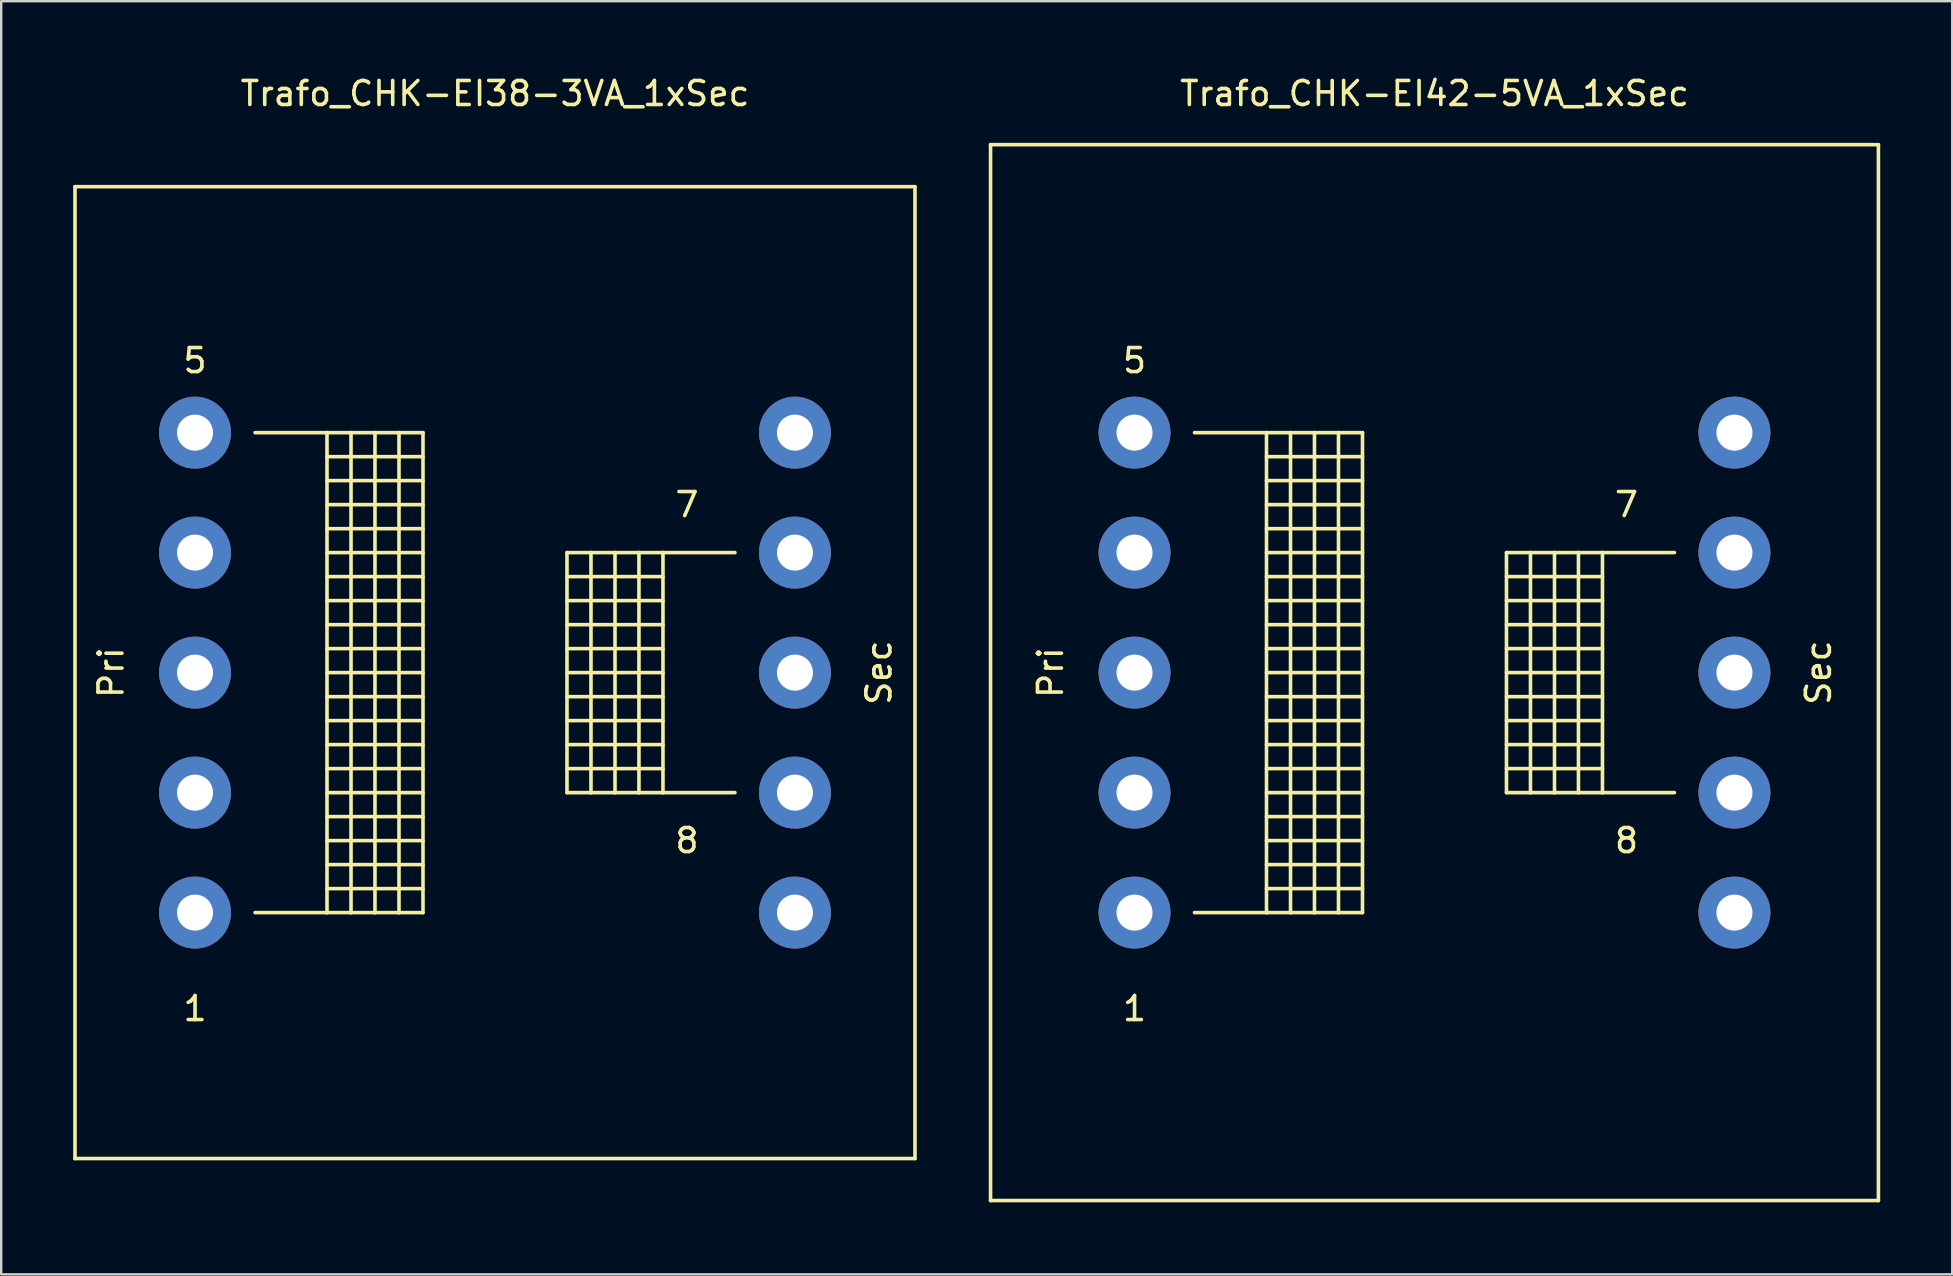
<source format=kicad_pcb>
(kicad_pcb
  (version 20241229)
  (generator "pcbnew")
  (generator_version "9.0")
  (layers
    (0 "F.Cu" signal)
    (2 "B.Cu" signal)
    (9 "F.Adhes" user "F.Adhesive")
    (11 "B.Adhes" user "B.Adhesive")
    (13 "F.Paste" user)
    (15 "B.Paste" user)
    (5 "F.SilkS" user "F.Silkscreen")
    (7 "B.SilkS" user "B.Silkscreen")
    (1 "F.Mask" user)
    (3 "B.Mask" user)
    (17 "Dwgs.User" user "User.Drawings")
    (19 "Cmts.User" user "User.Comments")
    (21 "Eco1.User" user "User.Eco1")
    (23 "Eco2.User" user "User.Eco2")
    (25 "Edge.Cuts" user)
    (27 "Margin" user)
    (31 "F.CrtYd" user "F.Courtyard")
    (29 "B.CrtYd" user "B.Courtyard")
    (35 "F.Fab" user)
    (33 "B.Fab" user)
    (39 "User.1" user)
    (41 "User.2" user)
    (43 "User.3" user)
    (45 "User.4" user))
  (footprint "Trafo_CHK-EI38-3VA_1xSec"
    (layer "F.Cu")
    (at 17.576 24.978)
    (property "Reference" "Trafo_CHK-EI38-3VA_1xSec" (at 0 -24.13 0) (layer "F.SilkS") (effects (font (size 1 1) (thickness 0.15))))
    (attr through_hole)
    (fp_line (start -17.501 -20.249) (end -17.501 20.249) (stroke (width 0.15) (type solid)) (layer "F.SilkS"))
    (fp_line (start -17.501 20.249) (end 17.501 20.249) (stroke (width 0.15) (type solid)) (layer "F.SilkS"))
    (fp_line (start -10 -10) (end -7 -10) (stroke (width 0.15) (type solid)) (layer "F.SilkS"))
    (fp_line (start -7 -10) (end -7 10) (stroke (width 0.15) (type solid)) (layer "F.SilkS"))
    (fp_line (start -7 -10) (end -5.999 -10) (stroke (width 0.15) (type solid)) (layer "F.SilkS"))
    (fp_line (start -7 -8.999) (end -3 -8.999) (stroke (width 0.15) (type solid)) (layer "F.SilkS"))
    (fp_line (start -7 -8.001) (end -3 -8.001) (stroke (width 0.15) (type solid)) (layer "F.SilkS"))
    (fp_line (start -7 -7) (end -3 -7) (stroke (width 0.15) (type solid)) (layer "F.SilkS"))
    (fp_line (start -7 -5.999) (end -3 -5.999) (stroke (width 0.15) (type solid)) (layer "F.SilkS"))
    (fp_line (start -7 -5.001) (end -3 -5.001) (stroke (width 0.15) (type solid)) (layer "F.SilkS"))
    (fp_line (start -7 -4) (end -3 -4) (stroke (width 0.15) (type solid)) (layer "F.SilkS"))
    (fp_line (start -7 -3) (end -3 -3) (stroke (width 0.15) (type solid)) (layer "F.SilkS"))
    (fp_line (start -7 -1.999) (end -3 -1.999) (stroke (width 0.15) (type solid)) (layer "F.SilkS"))
    (fp_line (start -7 -1.001) (end -3 -1.001) (stroke (width 0.15) (type solid)) (layer "F.SilkS"))
    (fp_line (start -7 0) (end -3 0) (stroke (width 0.15) (type solid)) (layer "F.SilkS"))
    (fp_line (start -7 1.001) (end -3 1.001) (stroke (width 0.15) (type solid)) (layer "F.SilkS"))
    (fp_line (start -7 1.999) (end -3 1.999) (stroke (width 0.15) (type solid)) (layer "F.SilkS"))
    (fp_line (start -7 3) (end -3 3) (stroke (width 0.15) (type solid)) (layer "F.SilkS"))
    (fp_line (start -7 4) (end -3 4) (stroke (width 0.15) (type solid)) (layer "F.SilkS"))
    (fp_line (start -7 5.001) (end -3 5.001) (stroke (width 0.15) (type solid)) (layer "F.SilkS"))
    (fp_line (start -7 5.999) (end -3 5.999) (stroke (width 0.15) (type solid)) (layer "F.SilkS"))
    (fp_line (start -7 7) (end -3 7) (stroke (width 0.15) (type solid)) (layer "F.SilkS"))
    (fp_line (start -7 8.001) (end -3 8.001) (stroke (width 0.15) (type solid)) (layer "F.SilkS"))
    (fp_line (start -7 8.999) (end -3 8.999) (stroke (width 0.15) (type solid)) (layer "F.SilkS"))
    (fp_line (start -7 10) (end -10 10) (stroke (width 0.15) (type solid)) (layer "F.SilkS"))
    (fp_line (start -5.999 -10) (end -5.999 10) (stroke (width 0.15) (type solid)) (layer "F.SilkS"))
    (fp_line (start -5.999 -10) (end -5.001 -10) (stroke (width 0.15) (type solid)) (layer "F.SilkS"))
    (fp_line (start -5.999 10) (end -7 10) (stroke (width 0.15) (type solid)) (layer "F.SilkS"))
    (fp_line (start -5.001 -10) (end -5.001 10) (stroke (width 0.15) (type solid)) (layer "F.SilkS"))
    (fp_line (start -5.001 -10) (end -4 -10) (stroke (width 0.15) (type solid)) (layer "F.SilkS"))
    (fp_line (start -5.001 10) (end -5.999 10) (stroke (width 0.15) (type solid)) (layer "F.SilkS"))
    (fp_line (start -4 -10) (end -4 10) (stroke (width 0.15) (type solid)) (layer "F.SilkS"))
    (fp_line (start -4 -10) (end -3 -10) (stroke (width 0.15) (type solid)) (layer "F.SilkS"))
    (fp_line (start -4 10) (end -5.001 10) (stroke (width 0.15) (type solid)) (layer "F.SilkS"))
    (fp_line (start -3 -10) (end -3 10) (stroke (width 0.15) (type solid)) (layer "F.SilkS"))
    (fp_line (start -3 10) (end -4 10) (stroke (width 0.15) (type solid)) (layer "F.SilkS"))
    (fp_line (start 3 -5.001) (end 3 5.001) (stroke (width 0.15) (type solid)) (layer "F.SilkS"))
    (fp_line (start 3 -4) (end 7 -4) (stroke (width 0.15) (type solid)) (layer "F.SilkS"))
    (fp_line (start 3 -1.999) (end 7 -1.999) (stroke (width 0.15) (type solid)) (layer "F.SilkS"))
    (fp_line (start 3 0) (end 7 0) (stroke (width 0.15) (type solid)) (layer "F.SilkS"))
    (fp_line (start 3 1.999) (end 7 1.999) (stroke (width 0.15) (type solid)) (layer "F.SilkS"))
    (fp_line (start 3 4) (end 7 4) (stroke (width 0.15) (type solid)) (layer "F.SilkS"))
    (fp_line (start 3 5.001) (end 4 5.001) (stroke (width 0.15) (type solid)) (layer "F.SilkS"))
    (fp_line (start 4 -5.001) (end 3 -5.001) (stroke (width 0.15) (type solid)) (layer "F.SilkS"))
    (fp_line (start 4 -5.001) (end 4 5.001) (stroke (width 0.15) (type solid)) (layer "F.SilkS"))
    (fp_line (start 4 5.001) (end 5.001 5.001) (stroke (width 0.15) (type solid)) (layer "F.SilkS"))
    (fp_line (start 5.001 -5.001) (end 4 -5.001) (stroke (width 0.15) (type solid)) (layer "F.SilkS"))
    (fp_line (start 5.001 -5.001) (end 5.001 5.001) (stroke (width 0.15) (type solid)) (layer "F.SilkS"))
    (fp_line (start 5.001 5.001) (end 5.999 5.001) (stroke (width 0.15) (type solid)) (layer "F.SilkS"))
    (fp_line (start 5.999 -5.001) (end 5.001 -5.001) (stroke (width 0.15) (type solid)) (layer "F.SilkS"))
    (fp_line (start 5.999 -5.001) (end 5.999 5.001) (stroke (width 0.15) (type solid)) (layer "F.SilkS"))
    (fp_line (start 5.999 5.001) (end 7 5.001) (stroke (width 0.15) (type solid)) (layer "F.SilkS"))
    (fp_line (start 7 -5.001) (end 5.999 -5.001) (stroke (width 0.15) (type solid)) (layer "F.SilkS"))
    (fp_line (start 7 -5.001) (end 7 5.001) (stroke (width 0.15) (type solid)) (layer "F.SilkS"))
    (fp_line (start 7 -3) (end 3 -3) (stroke (width 0.15) (type solid)) (layer "F.SilkS"))
    (fp_line (start 7 -1.001) (end 3 -1.001) (stroke (width 0.15) (type solid)) (layer "F.SilkS"))
    (fp_line (start 7 1.001) (end 3 1.001) (stroke (width 0.15) (type solid)) (layer "F.SilkS"))
    (fp_line (start 7 3) (end 3 3) (stroke (width 0.15) (type solid)) (layer "F.SilkS"))
    (fp_line (start 7 5.001) (end 10 5.001) (stroke (width 0.15) (type solid)) (layer "F.SilkS"))
    (fp_line (start 10 -5.001) (end 7 -5.001) (stroke (width 0.15) (type solid)) (layer "F.SilkS"))
    (fp_line (start 17.501 -20.249) (end -17.501 -20.249) (stroke (width 0.15) (type solid)) (layer "F.SilkS"))
    (fp_line (start 17.501 20.249) (end 17.501 -20.249) (stroke (width 0.15) (type solid)) (layer "F.SilkS"))
    (fp_text user "7" (at 8.001 -7 0) (layer "F.SilkS") (effects (font (size 1 1) (thickness 0.15))))
    (fp_text user "5" (at -12.499 -13 0) (layer "F.SilkS") (effects (font (size 1 1) (thickness 0.15))))
    (fp_text user "1" (at -12.499 14 0) (layer "F.SilkS") (effects (font (size 1 1) (thickness 0.15))))
    (fp_text user "Sec" (at 15.999 0 90) (layer "F.SilkS") (effects (font (size 1 1) (thickness 0.15))))
    (fp_text user "Pri" (at -15.999 0 90) (layer "F.SilkS") (effects (font (size 1 1) (thickness 0.15))))
    (fp_text user "8" (at 8.001 7 0) (layer "F.SilkS") (effects (font (size 1 1) (thickness 0.15))))
    (pad "1" thru_hole circle (at -12.499 10) (size 3 3) (drill 1.501) (layers "*.Cu" "*.Mask"))
    (pad "2" thru_hole circle (at -12.499 5.001) (size 3 3) (drill 1.501) (layers "*.Cu" "*.Mask"))
    (pad "3" thru_hole circle (at -12.499 0) (size 3 3) (drill 1.501) (layers "*.Cu" "*.Mask"))
    (pad "4" thru_hole circle (at -12.499 -5.001) (size 3 3) (drill 1.501) (layers "*.Cu" "*.Mask"))
    (pad "5" thru_hole circle (at -12.499 -10) (size 3 3) (drill 1.501) (layers "*.Cu" "*.Mask"))
    (pad "6" thru_hole circle (at 12.499 -10) (size 3 3) (drill 1.501) (layers "*.Cu" "*.Mask"))
    (pad "7" thru_hole circle (at 12.499 -5.001) (size 3 3) (drill 1.501) (layers "*.Cu" "*.Mask"))
    (pad "8" thru_hole circle (at 12.499 0) (size 3 3) (drill 1.501) (layers "*.Cu" "*.Mask"))
    (pad "9" thru_hole circle (at 12.499 5.001) (size 3 3) (drill 1.501) (layers "*.Cu" "*.Mask"))
    (pad "10" thru_hole circle (at 12.499 10) (size 3 3) (drill 1.501) (layers "*.Cu" "*.Mask")))
  (footprint "Trafo_CHK-EI42-5VA_1xSec"
    (layer "F.Cu")
    (at 56.725 24.978)
    (property "Reference" "Trafo_CHK-EI42-5VA_1xSec" (at 0 -24.13 0) (layer "F.SilkS") (effects (font (size 1 1) (thickness 0.15))))
    (attr through_hole)
    (fp_line (start -18.499 -21.999) (end -18.499 21.999) (stroke (width 0.15) (type solid)) (layer "F.SilkS"))
    (fp_line (start -18.499 21.999) (end 18.499 21.999) (stroke (width 0.15) (type solid)) (layer "F.SilkS"))
    (fp_line (start -10 -10) (end -7 -10) (stroke (width 0.15) (type solid)) (layer "F.SilkS"))
    (fp_line (start -7 -10) (end -7 10) (stroke (width 0.15) (type solid)) (layer "F.SilkS"))
    (fp_line (start -7 -10) (end -5.999 -10) (stroke (width 0.15) (type solid)) (layer "F.SilkS"))
    (fp_line (start -7 -8.999) (end -3 -8.999) (stroke (width 0.15) (type solid)) (layer "F.SilkS"))
    (fp_line (start -7 -8.001) (end -3 -8.001) (stroke (width 0.15) (type solid)) (layer "F.SilkS"))
    (fp_line (start -7 -7) (end -3 -7) (stroke (width 0.15) (type solid)) (layer "F.SilkS"))
    (fp_line (start -7 -5.999) (end -3 -5.999) (stroke (width 0.15) (type solid)) (layer "F.SilkS"))
    (fp_line (start -7 -5.001) (end -3 -5.001) (stroke (width 0.15) (type solid)) (layer "F.SilkS"))
    (fp_line (start -7 -4) (end -3 -4) (stroke (width 0.15) (type solid)) (layer "F.SilkS"))
    (fp_line (start -7 -3) (end -3 -3) (stroke (width 0.15) (type solid)) (layer "F.SilkS"))
    (fp_line (start -7 -1.999) (end -3 -1.999) (stroke (width 0.15) (type solid)) (layer "F.SilkS"))
    (fp_line (start -7 -1.001) (end -3 -1.001) (stroke (width 0.15) (type solid)) (layer "F.SilkS"))
    (fp_line (start -7 0) (end -3 0) (stroke (width 0.15) (type solid)) (layer "F.SilkS"))
    (fp_line (start -7 1.001) (end -3 1.001) (stroke (width 0.15) (type solid)) (layer "F.SilkS"))
    (fp_line (start -7 1.999) (end -3 1.999) (stroke (width 0.15) (type solid)) (layer "F.SilkS"))
    (fp_line (start -7 3) (end -3 3) (stroke (width 0.15) (type solid)) (layer "F.SilkS"))
    (fp_line (start -7 4) (end -3 4) (stroke (width 0.15) (type solid)) (layer "F.SilkS"))
    (fp_line (start -7 5.001) (end -3 5.001) (stroke (width 0.15) (type solid)) (layer "F.SilkS"))
    (fp_line (start -7 5.999) (end -3 5.999) (stroke (width 0.15) (type solid)) (layer "F.SilkS"))
    (fp_line (start -7 7) (end -3 7) (stroke (width 0.15) (type solid)) (layer "F.SilkS"))
    (fp_line (start -7 8.001) (end -3 8.001) (stroke (width 0.15) (type solid)) (layer "F.SilkS"))
    (fp_line (start -7 8.999) (end -3 8.999) (stroke (width 0.15) (type solid)) (layer "F.SilkS"))
    (fp_line (start -7 10) (end -10 10) (stroke (width 0.15) (type solid)) (layer "F.SilkS"))
    (fp_line (start -5.999 -10) (end -5.999 10) (stroke (width 0.15) (type solid)) (layer "F.SilkS"))
    (fp_line (start -5.999 -10) (end -5.001 -10) (stroke (width 0.15) (type solid)) (layer "F.SilkS"))
    (fp_line (start -5.999 10) (end -7 10) (stroke (width 0.15) (type solid)) (layer "F.SilkS"))
    (fp_line (start -5.001 -10) (end -5.001 10) (stroke (width 0.15) (type solid)) (layer "F.SilkS"))
    (fp_line (start -5.001 -10) (end -4 -10) (stroke (width 0.15) (type solid)) (layer "F.SilkS"))
    (fp_line (start -5.001 10) (end -5.999 10) (stroke (width 0.15) (type solid)) (layer "F.SilkS"))
    (fp_line (start -4 -10) (end -4 10) (stroke (width 0.15) (type solid)) (layer "F.SilkS"))
    (fp_line (start -4 -10) (end -3 -10) (stroke (width 0.15) (type solid)) (layer "F.SilkS"))
    (fp_line (start -4 10) (end -5.001 10) (stroke (width 0.15) (type solid)) (layer "F.SilkS"))
    (fp_line (start -3 -10) (end -3 10) (stroke (width 0.15) (type solid)) (layer "F.SilkS"))
    (fp_line (start -3 10) (end -4 10) (stroke (width 0.15) (type solid)) (layer "F.SilkS"))
    (fp_line (start 3 -5.001) (end 3 5.001) (stroke (width 0.15) (type solid)) (layer "F.SilkS"))
    (fp_line (start 3 -4) (end 7 -4) (stroke (width 0.15) (type solid)) (layer "F.SilkS"))
    (fp_line (start 3 -1.999) (end 7 -1.999) (stroke (width 0.15) (type solid)) (layer "F.SilkS"))
    (fp_line (start 3 0) (end 7 0) (stroke (width 0.15) (type solid)) (layer "F.SilkS"))
    (fp_line (start 3 1.999) (end 7 1.999) (stroke (width 0.15) (type solid)) (layer "F.SilkS"))
    (fp_line (start 3 4) (end 7 4) (stroke (width 0.15) (type solid)) (layer "F.SilkS"))
    (fp_line (start 3 5.001) (end 4 5.001) (stroke (width 0.15) (type solid)) (layer "F.SilkS"))
    (fp_line (start 4 -5.001) (end 3 -5.001) (stroke (width 0.15) (type solid)) (layer "F.SilkS"))
    (fp_line (start 4 -5.001) (end 4 5.001) (stroke (width 0.15) (type solid)) (layer "F.SilkS"))
    (fp_line (start 4 5.001) (end 5.001 5.001) (stroke (width 0.15) (type solid)) (layer "F.SilkS"))
    (fp_line (start 5.001 -5.001) (end 4 -5.001) (stroke (width 0.15) (type solid)) (layer "F.SilkS"))
    (fp_line (start 5.001 -5.001) (end 5.001 5.001) (stroke (width 0.15) (type solid)) (layer "F.SilkS"))
    (fp_line (start 5.001 5.001) (end 5.999 5.001) (stroke (width 0.15) (type solid)) (layer "F.SilkS"))
    (fp_line (start 5.999 -5.001) (end 5.001 -5.001) (stroke (width 0.15) (type solid)) (layer "F.SilkS"))
    (fp_line (start 5.999 -5.001) (end 5.999 5.001) (stroke (width 0.15) (type solid)) (layer "F.SilkS"))
    (fp_line (start 5.999 5.001) (end 7 5.001) (stroke (width 0.15) (type solid)) (layer "F.SilkS"))
    (fp_line (start 7 -5.001) (end 5.999 -5.001) (stroke (width 0.15) (type solid)) (layer "F.SilkS"))
    (fp_line (start 7 -5.001) (end 7 5.001) (stroke (width 0.15) (type solid)) (layer "F.SilkS"))
    (fp_line (start 7 -3) (end 3 -3) (stroke (width 0.15) (type solid)) (layer "F.SilkS"))
    (fp_line (start 7 -1.001) (end 3 -1.001) (stroke (width 0.15) (type solid)) (layer "F.SilkS"))
    (fp_line (start 7 1.001) (end 3 1.001) (stroke (width 0.15) (type solid)) (layer "F.SilkS"))
    (fp_line (start 7 3) (end 3 3) (stroke (width 0.15) (type solid)) (layer "F.SilkS"))
    (fp_line (start 7 5.001) (end 10 5.001) (stroke (width 0.15) (type solid)) (layer "F.SilkS"))
    (fp_line (start 10 -5.001) (end 7 -5.001) (stroke (width 0.15) (type solid)) (layer "F.SilkS"))
    (fp_line (start 18.499 -21.999) (end -18.499 -21.999) (stroke (width 0.15) (type solid)) (layer "F.SilkS"))
    (fp_line (start 18.499 21.999) (end 18.499 -21.999) (stroke (width 0.15) (type solid)) (layer "F.SilkS"))
    (fp_text user "5" (at -12.499 -13 0) (layer "F.SilkS") (effects (font (size 1 1) (thickness 0.15))))
    (fp_text user "8" (at 8.001 7 0) (layer "F.SilkS") (effects (font (size 1 1) (thickness 0.15))))
    (fp_text user "1" (at -12.499 14 0) (layer "F.SilkS") (effects (font (size 1 1) (thickness 0.15))))
    (fp_text user "Pri" (at -15.999 0 90) (layer "F.SilkS") (effects (font (size 1 1) (thickness 0.15))))
    (fp_text user "Sec" (at 15.999 0 90) (layer "F.SilkS") (effects (font (size 1 1) (thickness 0.15))))
    (fp_text user "7" (at 8.001 -7 0) (layer "F.SilkS") (effects (font (size 1 1) (thickness 0.15))))
    (pad "1" thru_hole circle (at -12.499 10) (size 3 3) (drill 1.501) (layers "*.Cu" "*.Mask"))
    (pad "2" thru_hole circle (at -12.499 5.001) (size 3 3) (drill 1.501) (layers "*.Cu" "*.Mask"))
    (pad "3" thru_hole circle (at -12.499 0) (size 3 3) (drill 1.501) (layers "*.Cu" "*.Mask"))
    (pad "4" thru_hole circle (at -12.499 -5.001) (size 3 3) (drill 1.501) (layers "*.Cu" "*.Mask"))
    (pad "5" thru_hole circle (at -12.499 -10) (size 3 3) (drill 1.501) (layers "*.Cu" "*.Mask"))
    (pad "6" thru_hole circle (at 12.499 -10) (size 3 3) (drill 1.501) (layers "*.Cu" "*.Mask"))
    (pad "7" thru_hole circle (at 12.499 -5.001) (size 3 3) (drill 1.501) (layers "*.Cu" "*.Mask"))
    (pad "8" thru_hole circle (at 12.499 0) (size 3 3) (drill 1.501) (layers "*.Cu" "*.Mask"))
    (pad "9" thru_hole circle (at 12.499 5.001) (size 3 3) (drill 1.501) (layers "*.Cu" "*.Mask"))
    (pad "10" thru_hole circle (at 12.499 10) (size 3 3) (drill 1.501) (layers "*.Cu" "*.Mask")))
  (gr_rect
    (start -3 -3)
    (end 78.299 50.052)
    (stroke (width 0.1) (type default))
    (fill no)
    (layer "Edge.Cuts")))
</source>
